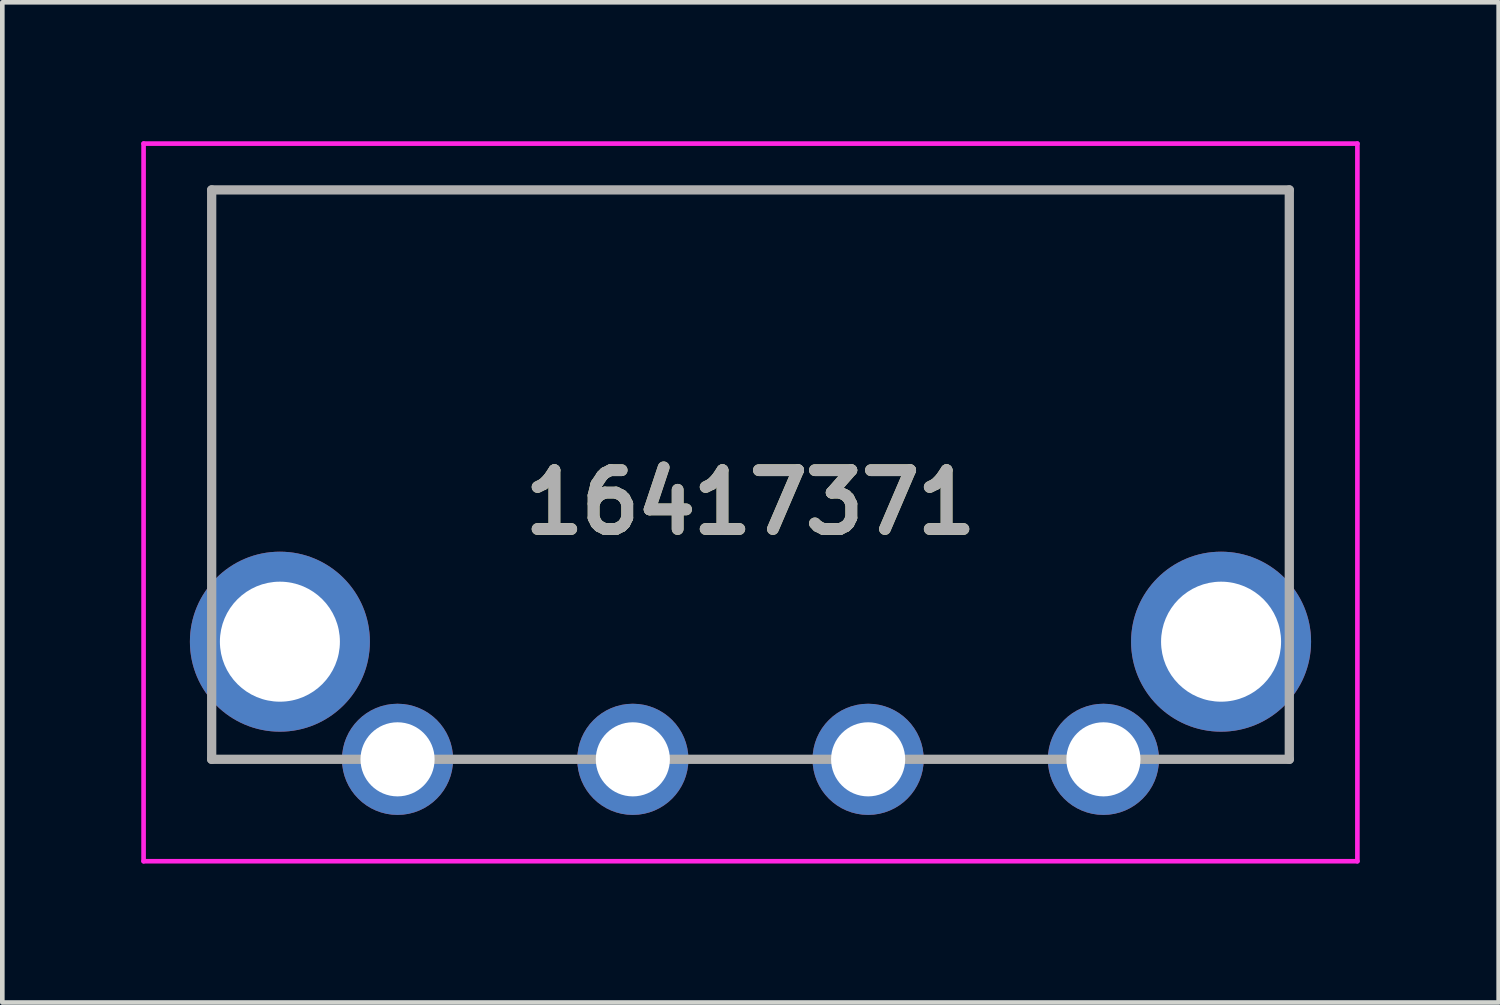
<source format=kicad_pcb>
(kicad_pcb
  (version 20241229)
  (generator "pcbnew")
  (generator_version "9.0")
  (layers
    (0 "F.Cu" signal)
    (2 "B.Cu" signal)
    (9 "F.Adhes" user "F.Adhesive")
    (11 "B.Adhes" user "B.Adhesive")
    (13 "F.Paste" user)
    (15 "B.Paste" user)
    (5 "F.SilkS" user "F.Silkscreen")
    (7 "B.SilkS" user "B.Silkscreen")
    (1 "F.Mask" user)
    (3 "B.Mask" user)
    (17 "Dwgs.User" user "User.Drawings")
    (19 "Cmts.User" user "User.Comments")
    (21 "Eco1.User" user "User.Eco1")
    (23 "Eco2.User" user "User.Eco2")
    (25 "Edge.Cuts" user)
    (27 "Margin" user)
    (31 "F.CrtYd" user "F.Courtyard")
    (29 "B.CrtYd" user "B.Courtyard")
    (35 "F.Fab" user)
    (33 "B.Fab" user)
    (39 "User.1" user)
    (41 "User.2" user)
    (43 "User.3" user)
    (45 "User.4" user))
  (footprint "16417371"
    (layer "F.Cu")
    (at 5.533 13.344)
    (property "Reference" "16417371" (at 7.62 -5.547 0) (layer "F.SilkS") (effects (font (size 1.27 1.27) (thickness 0.254))))
    (attr through_hole)
    (fp_line (start -4.013 -12.294) (end 19.253 -12.294) (stroke (width 0.1) (type solid)) (layer "F.SilkS"))
    (fp_line (start -4.013 -5.08) (end -4.013 -12.294) (stroke (width 0.1) (type solid)) (layer "F.SilkS"))
    (fp_line (start 19.253 -12.294) (end 19.253 -5.08) (stroke (width 0.1) (type solid)) (layer "F.SilkS"))
    (fp_line (start -5.483 -13.294) (end 20.723 -13.294) (stroke (width 0.1) (type solid)) (layer "F.CrtYd"))
    (fp_line (start -5.483 2.2) (end -5.483 -13.294) (stroke (width 0.1) (type solid)) (layer "F.CrtYd"))
    (fp_line (start 20.723 -13.294) (end 20.723 2.2) (stroke (width 0.1) (type solid)) (layer "F.CrtYd"))
    (fp_line (start 20.723 2.2) (end -5.483 2.2) (stroke (width 0.1) (type solid)) (layer "F.CrtYd"))
    (fp_line (start -4.013 -12.294) (end 19.253 -12.294) (stroke (width 0.2) (type solid)) (layer "F.Fab"))
    (fp_line (start -4.013 0) (end -4.013 -12.294) (stroke (width 0.2) (type solid)) (layer "F.Fab"))
    (fp_line (start 19.253 -12.294) (end 19.253 0) (stroke (width 0.2) (type solid)) (layer "F.Fab"))
    (fp_line (start 19.253 0) (end -4.013 0) (stroke (width 0.2) (type solid)) (layer "F.Fab"))
    (fp_text user "${REFERENCE}" (at 7.62 -5.547 0) (layer "F.Fab") (effects (font (size 1.27 1.27) (thickness 0.254))))
    (pad "" np_thru_hole circle (at 2.54 -10.16) (size 0.001 0.001) (drill 3.98) (layers "*.Cu" "*.Mask"))
    (pad "" np_thru_hole circle (at 12.7 -10.16) (size 0.001 0.001) (drill 3.98) (layers "*.Cu" "*.Mask"))
    (pad "1" thru_hole circle (at 0 0) (size 2.4 2.4) (drill 1.6) (layers "*.Cu" "*.Mask"))
    (pad "2" thru_hole circle (at 5.08 0) (size 2.4 2.4) (drill 1.6) (layers "*.Cu" "*.Mask"))
    (pad "3" thru_hole circle (at 10.16 0) (size 2.4 2.4) (drill 1.6) (layers "*.Cu" "*.Mask"))
    (pad "4" thru_hole circle (at 15.24 0) (size 2.4 2.4) (drill 1.6) (layers "*.Cu" "*.Mask"))
    (pad "5" thru_hole circle (at -2.54 -2.54) (size 3.886 3.886) (drill 2.591) (layers "*.Cu" "*.Mask"))
    (pad "6" thru_hole circle (at 17.78 -2.54) (size 3.886 3.886) (drill 2.591) (layers "*.Cu" "*.Mask")))
  (gr_rect
    (start -3 -3)
    (end 29.306 18.594)
    (stroke (width 0.1) (type default))
    (fill no)
    (layer "Edge.Cuts")))
</source>
